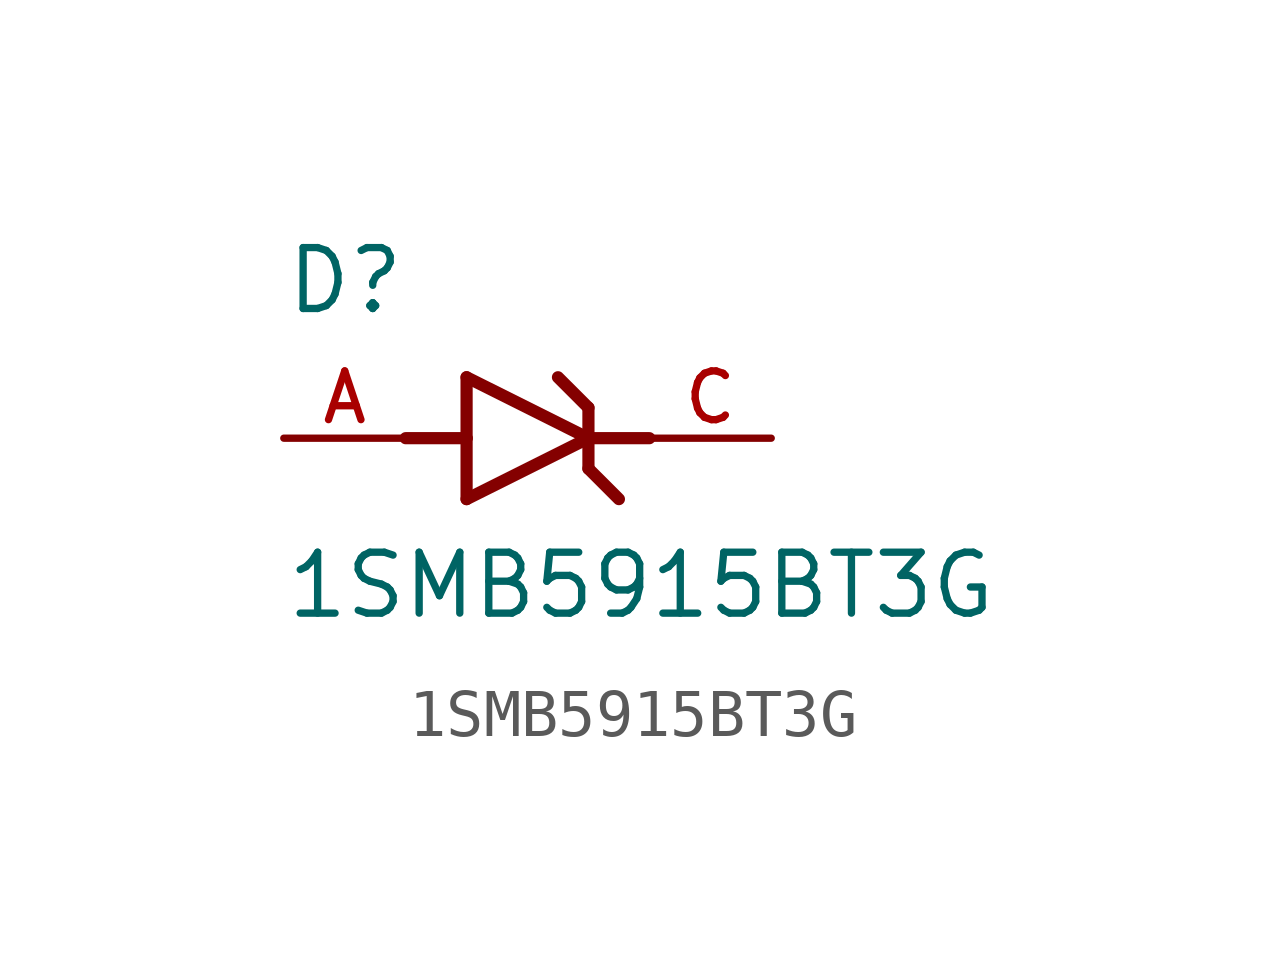
<source format=kicad_sym>
(kicad_symbol_lib
  (version 20211014)
  (generator kicad_symbol_editor)
  (symbol "1SMB5915BT3G"
    (pin_names
      (offset 1.016))
    (property "Reference" "D"
      (at -5.08 2.54 0)
      (effects (font (size 1.27 1.27)) (justify bottom left)))
    (property "Value" "1SMB5915BT3G"
      (at -5.08 -3.81 0)
      (effects (font (size 1.27 1.27)) (justify bottom left)))
    (symbol "1SMB5915BT3G_0_0"
      (polyline (pts (xy -1.27 -1.27) (xy 1.27 0.0)) (stroke (width 0.254)))
      (polyline (pts (xy 1.27 0.0) (xy -1.27 1.27)) (stroke (width 0.254)))
      (polyline (pts (xy 1.27 0.635) (xy 1.27 0.0)) (stroke (width 0.254)))
      (polyline (pts (xy -1.27 1.27) (xy -1.27 0.0)) (stroke (width 0.254)))
      (polyline (pts (xy -1.27 0.0) (xy -1.27 -1.27)) (stroke (width 0.254)))
      (polyline (pts (xy 1.27 0.0) (xy 1.27 -0.635)) (stroke (width 0.254)))
      (polyline (pts (xy -2.54 0.0) (xy -1.27 0.0)) (stroke (width 0.254)))
      (polyline (pts (xy 2.54 0.0) (xy 1.27 0.0)) (stroke (width 0.254)))
      (polyline (pts (xy 0.635 1.27) (xy 1.27 0.635)) (stroke (width 0.254)))
      (polyline (pts (xy 1.27 -0.635) (xy 1.905 -1.27)) (stroke (width 0.254)))
      (pin passive line (at 5.08 0.0 180.0) (length 2.54) (name "~" (effects (font (size 1.016 1.016)))) (number "C" (effects (font (size 1.016 1.016)))))
      (pin passive line (at -5.08 0.0 0) (length 2.54) (name "~" (effects (font (size 1.016 1.016)))) (number "A" (effects (font (size 1.016 1.016))))))))
</source>
